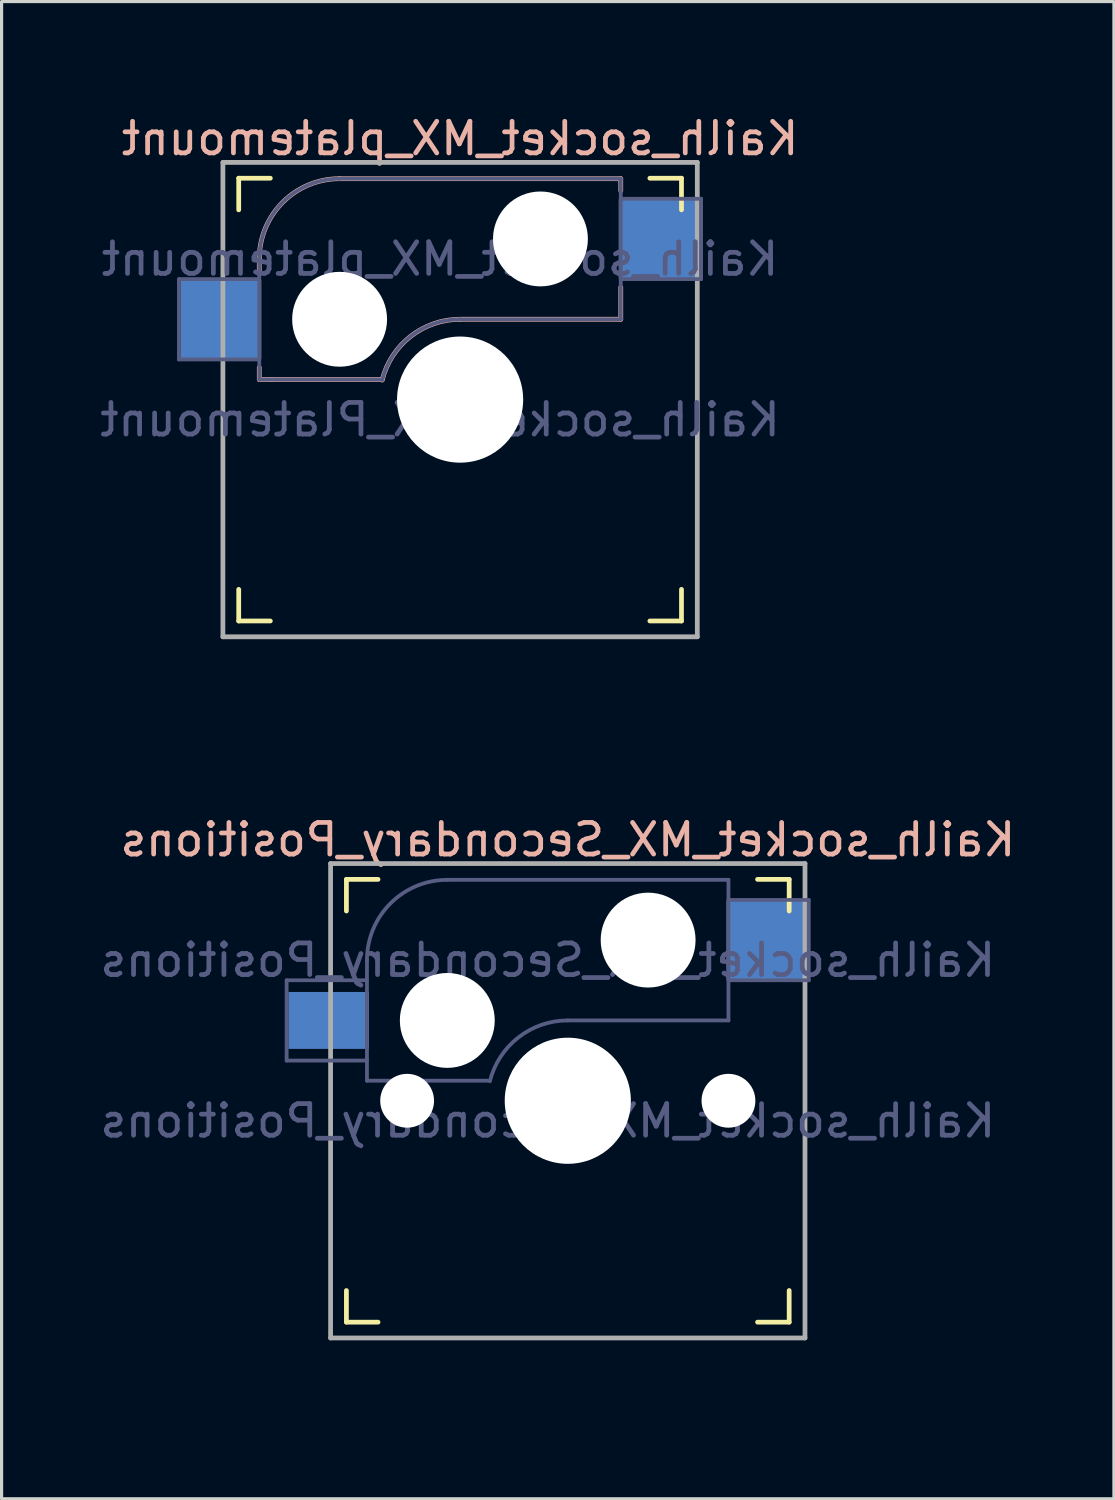
<source format=kicad_pcb>
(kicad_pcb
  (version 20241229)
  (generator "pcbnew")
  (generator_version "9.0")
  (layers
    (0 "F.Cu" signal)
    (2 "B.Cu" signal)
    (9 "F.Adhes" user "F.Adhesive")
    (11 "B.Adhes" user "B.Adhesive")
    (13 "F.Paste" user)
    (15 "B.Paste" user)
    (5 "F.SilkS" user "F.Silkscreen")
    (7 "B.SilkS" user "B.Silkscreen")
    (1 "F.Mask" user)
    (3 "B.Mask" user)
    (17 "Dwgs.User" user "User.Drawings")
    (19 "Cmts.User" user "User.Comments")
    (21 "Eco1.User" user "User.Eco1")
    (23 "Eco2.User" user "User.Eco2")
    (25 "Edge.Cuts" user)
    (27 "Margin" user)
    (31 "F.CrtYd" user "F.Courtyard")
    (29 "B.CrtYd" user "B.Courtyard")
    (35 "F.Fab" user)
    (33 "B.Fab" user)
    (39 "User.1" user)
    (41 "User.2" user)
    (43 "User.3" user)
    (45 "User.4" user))
  (footprint "Kailh_socket_MX_Secondary_Positions"
    (layer "F.Cu")
    (at 14.903 31.755)
    (property "Reference" "Kailh_socket_MX_Secondary_Positions" (at 0 -8.255 0) (layer "B.SilkS") (effects (font (size 1 1) (thickness 0.15)) (justify mirror)))
    (property "Value" "Kailh_socket_MX_Secondary_Positions" (at 0 8.255 0) (layer "F.Fab") (hide yes) (effects (font (size 1 1) (thickness 0.15))))
    (attr smd)
    (fp_line (start -7 -6) (end -7 -7) (stroke (width 0.15) (type solid)) (layer "F.SilkS"))
    (fp_line (start -7 7) (end -7 6) (stroke (width 0.15) (type solid)) (layer "F.SilkS"))
    (fp_line (start -7 7) (end -6 7) (stroke (width 0.15) (type solid)) (layer "F.SilkS"))
    (fp_line (start -6 -7) (end -7 -7) (stroke (width 0.15) (type solid)) (layer "F.SilkS"))
    (fp_line (start 6 7) (end 7 7) (stroke (width 0.15) (type solid)) (layer "F.SilkS"))
    (fp_line (start 7 -7) (end 6 -7) (stroke (width 0.15) (type solid)) (layer "F.SilkS"))
    (fp_line (start 7 -7) (end 7 -6) (stroke (width 0.15) (type solid)) (layer "F.SilkS"))
    (fp_line (start 7 6) (end 7 7) (stroke (width 0.15) (type solid)) (layer "F.SilkS"))
    (fp_line (start -6.9 6.9) (end -6.9 -6.9) (stroke (width 0.15) (type solid)) (layer "Eco2.User"))
    (fp_line (start -6.9 6.9) (end 6.9 6.9) (stroke (width 0.15) (type solid)) (layer "Eco2.User"))
    (fp_line (start 6.9 -6.9) (end -6.9 -6.9) (stroke (width 0.15) (type solid)) (layer "Eco2.User"))
    (fp_line (start 6.9 -6.9) (end 6.9 6.9) (stroke (width 0.15) (type solid)) (layer "Eco2.User"))
    (fp_line (start -8.89 -3.81) (end -6.35 -3.81) (stroke (width 0.12) (type solid)) (layer "B.Fab"))
    (fp_line (start -8.89 -1.27) (end -8.89 -3.81) (stroke (width 0.12) (type solid)) (layer "B.Fab"))
    (fp_line (start -6.35 -1.27) (end -8.89 -1.27) (stroke (width 0.12) (type solid)) (layer "B.Fab"))
    (fp_line (start -6.35 -0.635) (end -6.35 -4.445) (stroke (width 0.12) (type solid)) (layer "B.Fab"))
    (fp_line (start -6.35 -0.635) (end -2.54 -0.635) (stroke (width 0.12) (type solid)) (layer "B.Fab"))
    (fp_line (start -3.81 -6.985) (end 5.08 -6.985) (stroke (width 0.12) (type solid)) (layer "B.Fab"))
    (fp_line (start 5.08 -6.985) (end 5.08 -2.54) (stroke (width 0.12) (type solid)) (layer "B.Fab"))
    (fp_line (start 5.08 -6.35) (end 7.62 -6.35) (stroke (width 0.12) (type solid)) (layer "B.Fab"))
    (fp_line (start 5.08 -2.54) (end 0 -2.54) (stroke (width 0.12) (type solid)) (layer "B.Fab"))
    (fp_line (start 7.62 -6.35) (end 7.62 -3.81) (stroke (width 0.12) (type solid)) (layer "B.Fab"))
    (fp_line (start 7.62 -3.81) (end 5.08 -3.81) (stroke (width 0.12) (type solid)) (layer "B.Fab"))
    (fp_arc (start -6.35 -4.445) (mid -5.606051 -6.241051) (end -3.81 -6.985) (stroke (width 0.12) (type solid)) (layer "B.Fab"))
    (fp_arc (start -2.464162 -0.61604) (mid -1.563147 -2.002042) (end 0 -2.54) (stroke (width 0.12) (type solid)) (layer "B.Fab"))
    (fp_line (start -7.5 -7.5) (end 7.5 -7.5) (stroke (width 0.15) (type solid)) (layer "F.Fab"))
    (fp_line (start -7.5 7.5) (end -7.5 -7.5) (stroke (width 0.15) (type solid)) (layer "F.Fab"))
    (fp_line (start 7.5 -7.5) (end 7.5 7.5) (stroke (width 0.15) (type solid)) (layer "F.Fab"))
    (fp_line (start 7.5 7.5) (end -7.5 7.5) (stroke (width 0.15) (type solid)) (layer "F.Fab"))
    (fp_line (start -9.525 -9.525) (end 9.525 -9.525) (stroke (width 0.12) (type solid)) (layer "User.2"))
    (fp_line (start -9.525 9.525) (end -9.525 -9.525) (stroke (width 0.12) (type solid)) (layer "User.2"))
    (fp_line (start 9.525 9.525) (end -9.525 9.525) (stroke (width 0.12) (type solid)) (layer "User.2"))
    (fp_line (start 9.525 9.525) (end 9.525 -9.525) (stroke (width 0.12) (type solid)) (layer "User.2"))
    (fp_text user "${REFERENCE}" (at -0.635 -4.445 0) (layer "B.Fab") (effects (font (size 1 1) (thickness 0.15)) (justify mirror)))
    (fp_text user "${VALUE}" (at -0.635 0.635 0) (layer "B.Fab") (effects (font (size 1 1) (thickness 0.15)) (justify mirror)))
    (pad "" np_thru_hole circle (at -5.08 0) (size 1.702 1.702) (drill 1.702) (layers "*.Cu" "*.Mask"))
    (pad "" np_thru_hole circle (at -3.81 -2.54) (size 3 3) (drill 3) (layers "*.Cu" "*.Mask"))
    (pad "" np_thru_hole circle (at 0 0) (size 3.988 3.988) (drill 3.988) (layers "*.Cu" "*.Mask"))
    (pad "" np_thru_hole circle (at 2.54 -5.08) (size 3 3) (drill 3) (layers "*.Cu" "*.Mask"))
    (pad "" np_thru_hole circle (at 5.08 0) (size 1.702 1.702) (drill 1.702) (layers "*.Cu" "*.Mask"))
    (pad "1" smd rect (at 6.29 -5.08) (size 2.55 2.5) (layers "B.Cu" "B.Mask" "B.Paste"))
    (pad "2" smd rect (at -7.56 -2.54) (size 2.55 1.8) (layers "B.Cu" "B.Mask" "B.Paste")))
  (footprint "Kailh_socket_MX_platemount"
    (layer "F.Cu")
    (at 11.498 9.585)
    (property "Reference" "Kailh_socket_MX_platemount" (at 0 -8.255 0) (layer "B.SilkS") (effects (font (size 1 1) (thickness 0.15)) (justify mirror)))
    (property "Value" "Kailh_socket_MX_Platemount" (at 0 8.255 0) (layer "F.Fab") (hide yes) (effects (font (size 1 1) (thickness 0.15))))
    (attr smd)
    (fp_line (start -7 -6) (end -7 -7) (stroke (width 0.15) (type solid)) (layer "F.SilkS"))
    (fp_line (start -7 7) (end -7 6) (stroke (width 0.15) (type solid)) (layer "F.SilkS"))
    (fp_line (start -7 7) (end -6 7) (stroke (width 0.15) (type solid)) (layer "F.SilkS"))
    (fp_line (start -6 -7) (end -7 -7) (stroke (width 0.15) (type solid)) (layer "F.SilkS"))
    (fp_line (start 6 7) (end 7 7) (stroke (width 0.15) (type solid)) (layer "F.SilkS"))
    (fp_line (start 7 -7) (end 6 -7) (stroke (width 0.15) (type solid)) (layer "F.SilkS"))
    (fp_line (start 7 -7) (end 7 -6) (stroke (width 0.15) (type solid)) (layer "F.SilkS"))
    (fp_line (start 7 6) (end 7 7) (stroke (width 0.15) (type solid)) (layer "F.SilkS"))
    (fp_line (start -6.35 -4.445) (end -6.35 -4.064) (stroke (width 0.15) (type solid)) (layer "B.SilkS"))
    (fp_line (start -6.35 -1.016) (end -6.35 -0.635) (stroke (width 0.15) (type solid)) (layer "B.SilkS"))
    (fp_line (start -5.969 -0.635) (end -6.35 -0.635) (stroke (width 0.15) (type solid)) (layer "B.SilkS"))
    (fp_line (start -3.81 -6.985) (end 5.08 -6.985) (stroke (width 0.15) (type solid)) (layer "B.SilkS"))
    (fp_line (start -2.464 -0.635) (end -5.969 -0.635) (stroke (width 0.15) (type solid)) (layer "B.SilkS"))
    (fp_line (start 5.08 -6.985) (end 5.08 -6.604) (stroke (width 0.15) (type solid)) (layer "B.SilkS"))
    (fp_line (start 5.08 -3.556) (end 5.08 -2.54) (stroke (width 0.15) (type solid)) (layer "B.SilkS"))
    (fp_line (start 5.08 -2.54) (end 0 -2.54) (stroke (width 0.15) (type solid)) (layer "B.SilkS"))
    (fp_arc (start -6.35 -4.445) (mid -5.606051 -6.241051) (end -3.81 -6.985) (stroke (width 0.15) (type solid)) (layer "B.SilkS"))
    (fp_arc (start -2.464162 -0.61604) (mid -1.563147 -2.002042) (end 0 -2.54) (stroke (width 0.15) (type solid)) (layer "B.SilkS"))
    (fp_line (start -6.9 6.9) (end -6.9 -6.9) (stroke (width 0.15) (type solid)) (layer "Eco2.User"))
    (fp_line (start -6.9 6.9) (end 6.9 6.9) (stroke (width 0.15) (type solid)) (layer "Eco2.User"))
    (fp_line (start 6.9 -6.9) (end -6.9 -6.9) (stroke (width 0.15) (type solid)) (layer "Eco2.User"))
    (fp_line (start 6.9 -6.9) (end 6.9 6.9) (stroke (width 0.15) (type solid)) (layer "Eco2.User"))
    (fp_line (start -8.89 -3.81) (end -6.35 -3.81) (stroke (width 0.12) (type solid)) (layer "B.Fab"))
    (fp_line (start -8.89 -1.27) (end -8.89 -3.81) (stroke (width 0.12) (type solid)) (layer "B.Fab"))
    (fp_line (start -6.35 -1.27) (end -8.89 -1.27) (stroke (width 0.12) (type solid)) (layer "B.Fab"))
    (fp_line (start -6.35 -0.635) (end -6.35 -4.445) (stroke (width 0.12) (type solid)) (layer "B.Fab"))
    (fp_line (start -6.35 -0.635) (end -2.54 -0.635) (stroke (width 0.12) (type solid)) (layer "B.Fab"))
    (fp_line (start -3.81 -6.985) (end 5.08 -6.985) (stroke (width 0.12) (type solid)) (layer "B.Fab"))
    (fp_line (start 5.08 -6.985) (end 5.08 -2.54) (stroke (width 0.12) (type solid)) (layer "B.Fab"))
    (fp_line (start 5.08 -6.35) (end 7.62 -6.35) (stroke (width 0.12) (type solid)) (layer "B.Fab"))
    (fp_line (start 5.08 -2.54) (end 0 -2.54) (stroke (width 0.12) (type solid)) (layer "B.Fab"))
    (fp_line (start 7.62 -6.35) (end 7.62 -3.81) (stroke (width 0.12) (type solid)) (layer "B.Fab"))
    (fp_line (start 7.62 -3.81) (end 5.08 -3.81) (stroke (width 0.12) (type solid)) (layer "B.Fab"))
    (fp_arc (start -6.35 -4.445) (mid -5.606051 -6.241051) (end -3.81 -6.985) (stroke (width 0.12) (type solid)) (layer "B.Fab"))
    (fp_arc (start -2.464162 -0.61604) (mid -1.563147 -2.002042) (end 0 -2.54) (stroke (width 0.12) (type solid)) (layer "B.Fab"))
    (fp_line (start -7.5 -7.5) (end 7.5 -7.5) (stroke (width 0.15) (type solid)) (layer "F.Fab"))
    (fp_line (start -7.5 7.5) (end -7.5 -7.5) (stroke (width 0.15) (type solid)) (layer "F.Fab"))
    (fp_line (start 7.5 -7.5) (end 7.5 7.5) (stroke (width 0.15) (type solid)) (layer "F.Fab"))
    (fp_line (start 7.5 7.5) (end -7.5 7.5) (stroke (width 0.15) (type solid)) (layer "F.Fab"))
    (fp_line (start -9.525 -9.525) (end 9.525 -9.525) (stroke (width 0.12) (type solid)) (layer "User.2"))
    (fp_line (start -9.525 9.525) (end -9.525 -9.525) (stroke (width 0.12) (type solid)) (layer "User.2"))
    (fp_line (start 9.525 9.525) (end -9.525 9.525) (stroke (width 0.12) (type solid)) (layer "User.2"))
    (fp_line (start 9.525 9.525) (end 9.525 -9.525) (stroke (width 0.12) (type solid)) (layer "User.2"))
    (fp_text user "${VALUE}" (at -0.635 0.635 0) (layer "B.Fab") (effects (font (size 1 1) (thickness 0.15)) (justify mirror)))
    (fp_text user "${REFERENCE}" (at -0.635 -4.445 0) (layer "B.Fab") (effects (font (size 1 1) (thickness 0.15)) (justify mirror)))
    (pad "" np_thru_hole circle (at -3.81 -2.54) (size 3 3) (drill 3) (layers "*.Cu" "*.Mask"))
    (pad "" np_thru_hole circle (at 0 0) (size 3.988 3.988) (drill 3.988) (layers "*.Cu" "*.Mask"))
    (pad "" np_thru_hole circle (at 2.54 -5.08) (size 3 3) (drill 3) (layers "*.Cu" "*.Mask"))
    (pad "1" smd rect (at -7.56 -2.54) (size 2.55 2.5) (layers "B.Cu" "B.Mask" "B.Paste"))
    (pad "2" smd rect (at 6.29 -5.08) (size 2.55 2.5) (layers "B.Cu" "B.Mask" "B.Paste")))
  (gr_rect
    (start -3 -3)
    (end 32.171 44.34)
    (stroke (width 0.1) (type default))
    (fill no)
    (layer "Edge.Cuts")))
</source>
